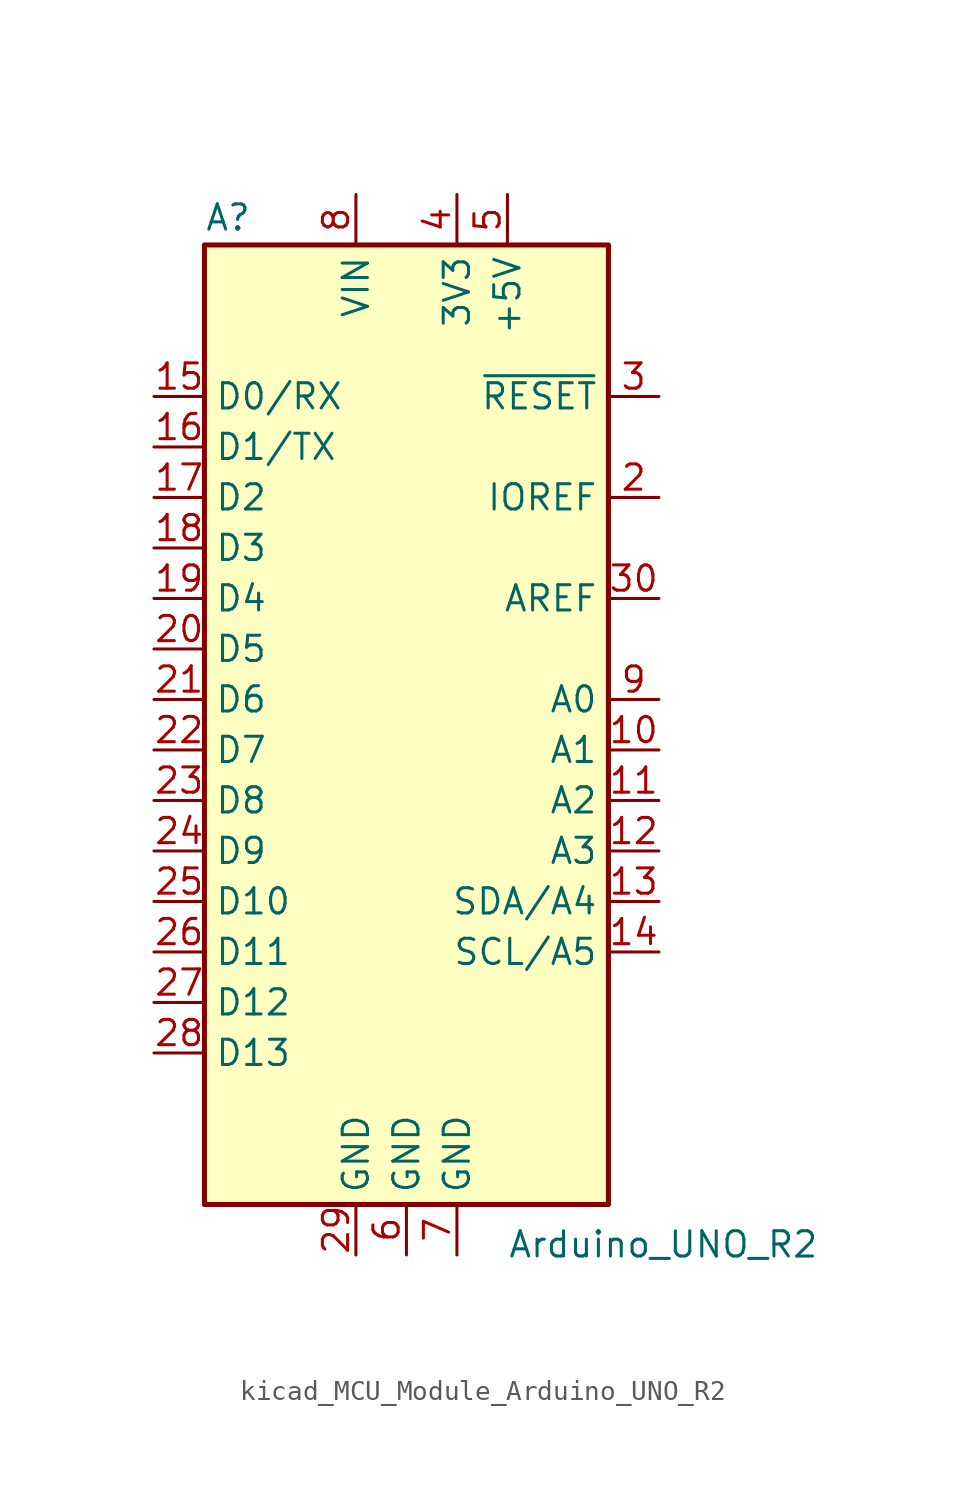
<source format=kicad_sym>
(kicad_symbol_lib
  (version 20220914)
  (generator kicad_symbol_editor)
  (symbol "kicad_MCU_Module_Arduino_UNO_R2"
    (property "Reference" "A"
      (at -10.16 23.495 0)
      (effects (font (size 1.27 1.27)) (justify left bottom)))
    (property "Value" "Arduino_UNO_R2"
      (at 5.08 -26.67 0)
      (effects (font (size 1.27 1.27)) (justify left top)))
    (symbol "kicad_MCU_Module_Arduino_UNO_R2_0_1"
      (rectangle (start -10.16 22.86) (end 10.16 -25.4) (stroke (width 0.254) (type default)) (fill (type background))))
    (symbol "kicad_MCU_Module_Arduino_UNO_R2_1_1"
      (pin no_connect line (at -10.16 -20.32 0) (length 2.54) hide (name "NC" (effects (font (size 1.27 1.27)))) (number "1" (effects (font (size 1.27 1.27)))))
      (pin bidirectional line (at 12.7 -2.54 180) (length 2.54) (name "A1" (effects (font (size 1.27 1.27)))) (number "10" (effects (font (size 1.27 1.27)))))
      (pin bidirectional line (at 12.7 -5.08 180) (length 2.54) (name "A2" (effects (font (size 1.27 1.27)))) (number "11" (effects (font (size 1.27 1.27)))))
      (pin bidirectional line (at 12.7 -7.62 180) (length 2.54) (name "A3" (effects (font (size 1.27 1.27)))) (number "12" (effects (font (size 1.27 1.27)))))
      (pin bidirectional line (at 12.7 -10.16 180) (length 2.54) (name "SDA/A4" (effects (font (size 1.27 1.27)))) (number "13" (effects (font (size 1.27 1.27)))))
      (pin bidirectional line (at 12.7 -12.7 180) (length 2.54) (name "SCL/A5" (effects (font (size 1.27 1.27)))) (number "14" (effects (font (size 1.27 1.27)))))
      (pin bidirectional line (at -12.7 15.24 0) (length 2.54) (name "D0/RX" (effects (font (size 1.27 1.27)))) (number "15" (effects (font (size 1.27 1.27)))))
      (pin bidirectional line (at -12.7 12.7 0) (length 2.54) (name "D1/TX" (effects (font (size 1.27 1.27)))) (number "16" (effects (font (size 1.27 1.27)))))
      (pin bidirectional line (at -12.7 10.16 0) (length 2.54) (name "D2" (effects (font (size 1.27 1.27)))) (number "17" (effects (font (size 1.27 1.27)))))
      (pin bidirectional line (at -12.7 7.62 0) (length 2.54) (name "D3" (effects (font (size 1.27 1.27)))) (number "18" (effects (font (size 1.27 1.27)))))
      (pin bidirectional line (at -12.7 5.08 0) (length 2.54) (name "D4" (effects (font (size 1.27 1.27)))) (number "19" (effects (font (size 1.27 1.27)))))
      (pin output line (at 12.7 10.16 180) (length 2.54) (name "IOREF" (effects (font (size 1.27 1.27)))) (number "2" (effects (font (size 1.27 1.27)))))
      (pin bidirectional line (at -12.7 2.54 0) (length 2.54) (name "D5" (effects (font (size 1.27 1.27)))) (number "20" (effects (font (size 1.27 1.27)))))
      (pin bidirectional line (at -12.7 0 0) (length 2.54) (name "D6" (effects (font (size 1.27 1.27)))) (number "21" (effects (font (size 1.27 1.27)))))
      (pin bidirectional line (at -12.7 -2.54 0) (length 2.54) (name "D7" (effects (font (size 1.27 1.27)))) (number "22" (effects (font (size 1.27 1.27)))))
      (pin bidirectional line (at -12.7 -5.08 0) (length 2.54) (name "D8" (effects (font (size 1.27 1.27)))) (number "23" (effects (font (size 1.27 1.27)))))
      (pin bidirectional line (at -12.7 -7.62 0) (length 2.54) (name "D9" (effects (font (size 1.27 1.27)))) (number "24" (effects (font (size 1.27 1.27)))))
      (pin bidirectional line (at -12.7 -10.16 0) (length 2.54) (name "D10" (effects (font (size 1.27 1.27)))) (number "25" (effects (font (size 1.27 1.27)))))
      (pin bidirectional line (at -12.7 -12.7 0) (length 2.54) (name "D11" (effects (font (size 1.27 1.27)))) (number "26" (effects (font (size 1.27 1.27)))))
      (pin bidirectional line (at -12.7 -15.24 0) (length 2.54) (name "D12" (effects (font (size 1.27 1.27)))) (number "27" (effects (font (size 1.27 1.27)))))
      (pin bidirectional line (at -12.7 -17.78 0) (length 2.54) (name "D13" (effects (font (size 1.27 1.27)))) (number "28" (effects (font (size 1.27 1.27)))))
      (pin power_in line (at -2.54 -27.94 90) (length 2.54) (name "GND" (effects (font (size 1.27 1.27)))) (number "29" (effects (font (size 1.27 1.27)))))
      (pin input line (at 12.7 15.24 180) (length 2.54) (name "~{RESET}" (effects (font (size 1.27 1.27)))) (number "3" (effects (font (size 1.27 1.27)))))
      (pin input line (at 12.7 5.08 180) (length 2.54) (name "AREF" (effects (font (size 1.27 1.27)))) (number "30" (effects (font (size 1.27 1.27)))))
      (pin power_out line (at 2.54 25.4 270) (length 2.54) (name "3V3" (effects (font (size 1.27 1.27)))) (number "4" (effects (font (size 1.27 1.27)))))
      (pin power_out line (at 5.08 25.4 270) (length 2.54) (name "+5V" (effects (font (size 1.27 1.27)))) (number "5" (effects (font (size 1.27 1.27)))))
      (pin power_in line (at 0 -27.94 90) (length 2.54) (name "GND" (effects (font (size 1.27 1.27)))) (number "6" (effects (font (size 1.27 1.27)))))
      (pin power_in line (at 2.54 -27.94 90) (length 2.54) (name "GND" (effects (font (size 1.27 1.27)))) (number "7" (effects (font (size 1.27 1.27)))))
      (pin power_in line (at -2.54 25.4 270) (length 2.54) (name "VIN" (effects (font (size 1.27 1.27)))) (number "8" (effects (font (size 1.27 1.27)))))
      (pin bidirectional line (at 12.7 0 180) (length 2.54) (name "A0" (effects (font (size 1.27 1.27)))) (number "9" (effects (font (size 1.27 1.27))))))))
</source>
